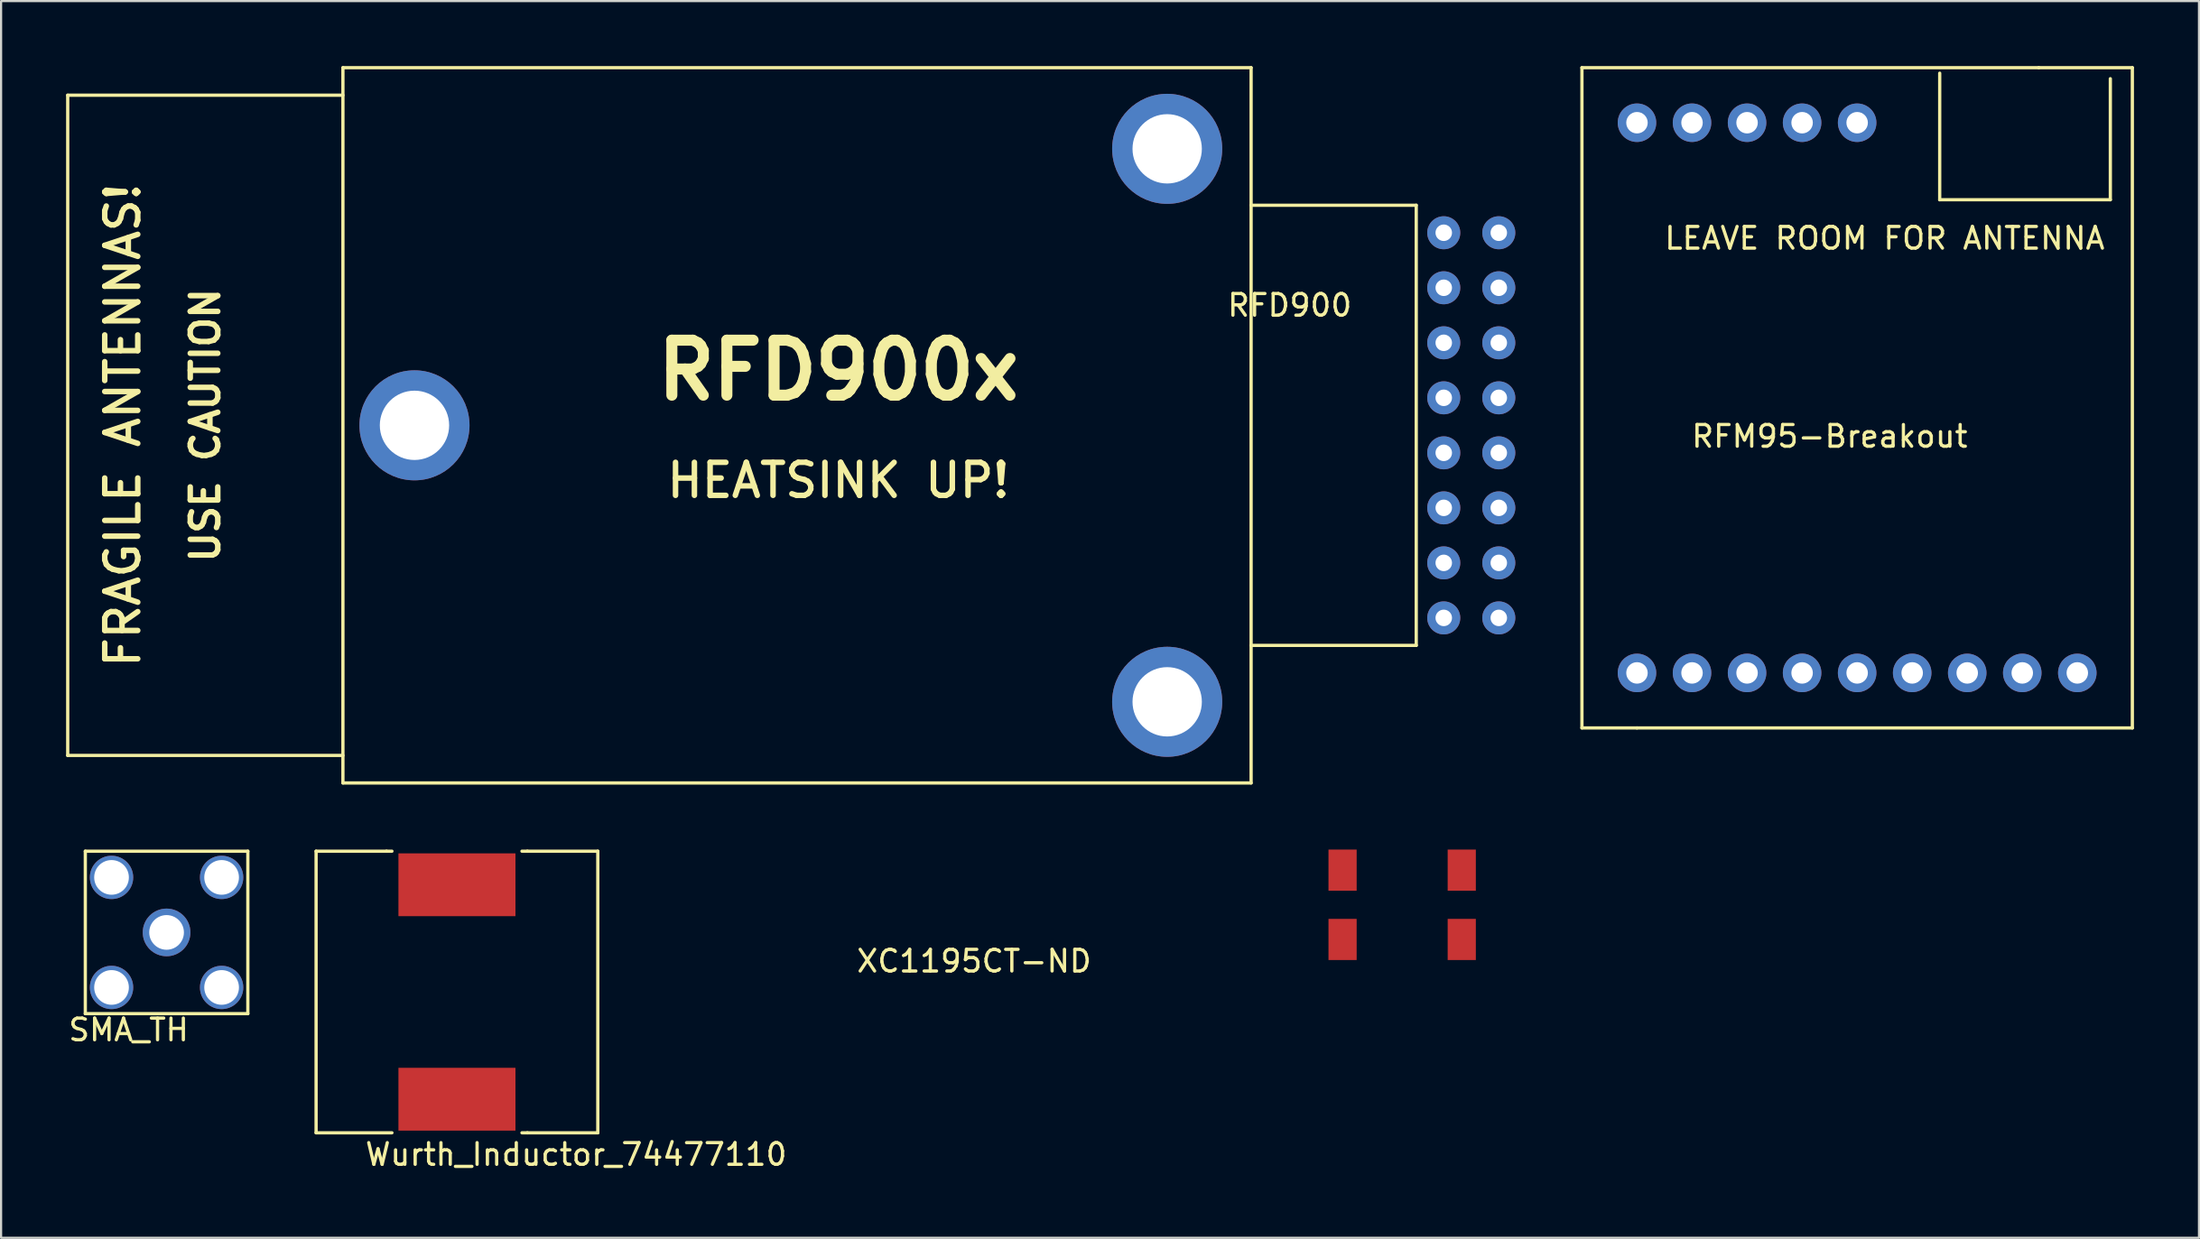
<source format=kicad_pcb>
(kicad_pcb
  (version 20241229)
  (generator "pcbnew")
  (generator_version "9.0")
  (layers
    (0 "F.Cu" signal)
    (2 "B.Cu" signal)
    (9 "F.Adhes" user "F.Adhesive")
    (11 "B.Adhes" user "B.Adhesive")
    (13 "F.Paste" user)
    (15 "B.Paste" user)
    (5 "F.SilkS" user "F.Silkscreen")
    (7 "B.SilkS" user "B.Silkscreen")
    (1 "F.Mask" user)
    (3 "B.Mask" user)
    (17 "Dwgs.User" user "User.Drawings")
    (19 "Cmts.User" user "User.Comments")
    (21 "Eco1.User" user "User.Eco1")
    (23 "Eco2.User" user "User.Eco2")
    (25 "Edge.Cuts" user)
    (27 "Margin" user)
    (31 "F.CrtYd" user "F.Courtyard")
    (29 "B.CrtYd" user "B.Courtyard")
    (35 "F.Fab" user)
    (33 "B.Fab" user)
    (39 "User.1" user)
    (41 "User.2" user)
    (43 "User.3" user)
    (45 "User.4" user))
  (footprint "RFM95-Breakout"
    (layer "F.Cu")
    (at 72.492 28.015)
    (property "Reference" "RFM95-Breakout" (at 8.89 -10.922 0) (layer "F.SilkS") (effects (font (size 1 1) (thickness 0.15))))
    (attr through_hole)
    (fp_line (start -2.54 -27.94) (end 18.542 -27.94) (stroke (width 0.15) (type solid)) (layer "F.SilkS"))
    (fp_line (start -2.54 2.54) (end -2.54 -27.94) (stroke (width 0.15) (type solid)) (layer "F.SilkS"))
    (fp_line (start 0 2.54) (end -2.54 2.54) (stroke (width 0.15) (type solid)) (layer "F.SilkS"))
    (fp_line (start 0 2.54) (end 22.86 2.54) (stroke (width 0.15) (type solid)) (layer "F.SilkS"))
    (fp_line (start 13.97 -27.686) (end 13.97 -21.844) (stroke (width 0.15) (type solid)) (layer "F.SilkS"))
    (fp_line (start 13.97 -21.844) (end 21.844 -21.844) (stroke (width 0.15) (type solid)) (layer "F.SilkS"))
    (fp_line (start 21.844 -21.844) (end 21.844 -27.432) (stroke (width 0.15) (type solid)) (layer "F.SilkS"))
    (fp_line (start 22.86 -27.94) (end 18.542 -27.94) (stroke (width 0.15) (type solid)) (layer "F.SilkS"))
    (fp_line (start 22.86 2.54) (end 22.86 -27.94) (stroke (width 0.15) (type solid)) (layer "F.SilkS"))
    (fp_text user "LEAVE ROOM FOR ANTENNA" (at 11.43 -20.066 0) (layer "F.SilkS") (effects (font (size 1 1) (thickness 0.15))))
    (pad "1" thru_hole circle (at 0 0) (size 1.778 1.778) (drill 0.991) (layers "*.Cu" "*.Mask"))
    (pad "2" thru_hole circle (at 2.54 0) (size 1.778 1.778) (drill 0.991) (layers "*.Cu" "*.Mask"))
    (pad "3" thru_hole circle (at 5.08 0) (size 1.778 1.778) (drill 0.991) (layers "*.Cu" "*.Mask"))
    (pad "4" thru_hole circle (at 7.62 0) (size 1.778 1.778) (drill 0.991) (layers "*.Cu" "*.Mask"))
    (pad "5" thru_hole circle (at 10.16 0) (size 1.778 1.778) (drill 0.991) (layers "*.Cu" "*.Mask"))
    (pad "6" thru_hole circle (at 12.7 0) (size 1.778 1.778) (drill 0.991) (layers "*.Cu" "*.Mask"))
    (pad "7" thru_hole circle (at 15.24 0) (size 1.778 1.778) (drill 0.991) (layers "*.Cu" "*.Mask"))
    (pad "8" thru_hole circle (at 17.78 0) (size 1.778 1.778) (drill 0.991) (layers "*.Cu" "*.Mask"))
    (pad "9" thru_hole circle (at 20.32 0) (size 1.778 1.778) (drill 0.991) (layers "*.Cu" "*.Mask"))
    (pad "10" thru_hole circle (at 0 -25.4) (size 1.778 1.778) (drill 0.991) (layers "*.Cu" "*.Mask"))
    (pad "11" thru_hole circle (at 2.54 -25.4) (size 1.778 1.778) (drill 0.991) (layers "*.Cu" "*.Mask"))
    (pad "12" thru_hole circle (at 5.08 -25.4) (size 1.778 1.778) (drill 0.991) (layers "*.Cu" "*.Mask"))
    (pad "13" thru_hole circle (at 7.62 -25.4) (size 1.778 1.778) (drill 0.991) (layers "*.Cu" "*.Mask"))
    (pad "14" thru_hole circle (at 10.16 -25.4) (size 1.778 1.778) (drill 0.991) (layers "*.Cu" "*.Mask")))
  (footprint "Wurth_Inductor_74477110"
    (layer "F.Cu")
    (at 18.037 42.745)
    (property "Reference" "Wurth_Inductor_74477110" (at 5.5 7.5 0) (layer "F.SilkS") (effects (font (size 1 1) (thickness 0.15))))
    (attr through_hole)
    (fp_line (start -6.5 -6.5) (end -3.25 -6.5) (stroke (width 0.15) (type solid)) (layer "F.SilkS"))
    (fp_line (start -6.5 6.5) (end -6.5 -6.5) (stroke (width 0.15) (type solid)) (layer "F.SilkS"))
    (fp_line (start -3.25 -6.5) (end -3 -6.5) (stroke (width 0.15) (type solid)) (layer "F.SilkS"))
    (fp_line (start -3 6.5) (end -6.5 6.5) (stroke (width 0.15) (type solid)) (layer "F.SilkS"))
    (fp_line (start 3 6.5) (end 3.25 6.5) (stroke (width 0.15) (type solid)) (layer "F.SilkS"))
    (fp_line (start 3.25 -6.5) (end 3 -6.5) (stroke (width 0.15) (type solid)) (layer "F.SilkS"))
    (fp_line (start 6.5 -6.5) (end 3.25 -6.5) (stroke (width 0.15) (type solid)) (layer "F.SilkS"))
    (fp_line (start 6.5 -6.5) (end 6.5 6.5) (stroke (width 0.15) (type solid)) (layer "F.SilkS"))
    (fp_line (start 6.5 6.5) (end 3.25 6.5) (stroke (width 0.15) (type solid)) (layer "F.SilkS"))
    (pad "1" smd rect (at 0 4.95) (size 5.4 2.9) (layers "F.Cu" "F.Mask" "F.Paste"))
    (pad "2" smd rect (at 0 -4.95) (size 5.4 2.9) (layers "F.Cu" "F.Mask" "F.Paste")))
  (footprint "SMA_TH"
    (layer "F.Cu")
    (at 4.637 39.995)
    (property "Reference" "SMA_TH" (at -1.75 4.5 0) (layer "F.SilkS") (effects (font (size 1 1) (thickness 0.15))))
    (attr through_hole)
    (fp_line (start -3.75 -3.75) (end -3.75 3.75) (stroke (width 0.15) (type solid)) (layer "F.SilkS"))
    (fp_line (start -3.75 3.75) (end 3.75 3.75) (stroke (width 0.15) (type solid)) (layer "F.SilkS"))
    (fp_line (start 3.75 -3.75) (end -3.75 -3.75) (stroke (width 0.15) (type solid)) (layer "F.SilkS"))
    (fp_line (start 3.75 3.75) (end 3.75 -3.75) (stroke (width 0.15) (type solid)) (layer "F.SilkS"))
    (pad "1" thru_hole circle (at 0 0) (size 2.2 2.2) (drill 1.6) (layers "*.Cu" "*.Mask"))
    (pad "2" thru_hole circle (at -2.54 -2.54) (size 2 2) (drill 1.6) (layers "*.Cu" "*.Mask"))
    (pad "2" thru_hole circle (at -2.54 2.54) (size 2 2) (drill 1.6) (layers "*.Cu" "*.Mask"))
    (pad "2" thru_hole circle (at 2.54 -2.54) (size 2 2) (drill 1.6) (layers "*.Cu" "*.Mask"))
    (pad "2" thru_hole circle (at 2.54 2.54) (size 2 2) (drill 1.6) (layers "*.Cu" "*.Mask")))
  (footprint "XC1195CT-ND"
    (layer "F.Cu")
    (at 58.906 40.32)
    (property "Reference" "XC1195CT-ND" (at -17 1 0) (layer "F.SilkS") (effects (font (size 1 1) (thickness 0.15))))
    (attr through_hole)
    (pad "1" smd rect (at 0 0) (size 1.3 1.9) (layers "F.Cu" "F.Mask" "F.Paste"))
    (pad "2" smd rect (at 5.5 0) (size 1.3 1.9) (layers "F.Cu" "F.Mask" "F.Paste"))
    (pad "3" smd rect (at 5.5 -3.2) (size 1.3 1.9) (layers "F.Cu" "F.Mask" "F.Paste"))
    (pad "4" smd rect (at 0 -3.2) (size 1.3 1.9) (layers "F.Cu" "F.Mask" "F.Paste")))
  (footprint "RFD900"
    (layer "F.Cu")
    (at 66.115 16.585)
    (property "Reference" "RFD900" (at -9.65 -5.54 0) (layer "F.SilkS") (effects (font (size 1 1) (thickness 0.15))))
    (attr through_hole)
    (fp_line (start -66.04 -15.24) (end -66.04 15.24) (stroke (width 0.15) (type solid)) (layer "F.SilkS"))
    (fp_line (start -66.04 15.24) (end -53.34 15.24) (stroke (width 0.15) (type solid)) (layer "F.SilkS"))
    (fp_line (start -53.34 -16.51) (end -11.43 -16.51) (stroke (width 0.15) (type solid)) (layer "F.SilkS"))
    (fp_line (start -53.34 -15.24) (end -66.04 -15.24) (stroke (width 0.15) (type solid)) (layer "F.SilkS"))
    (fp_line (start -53.34 16.51) (end -53.34 -16.51) (stroke (width 0.15) (type solid)) (layer "F.SilkS"))
    (fp_line (start -11.43 -16.51) (end -11.43 16.51) (stroke (width 0.15) (type solid)) (layer "F.SilkS"))
    (fp_line (start -11.43 10.16) (end -3.81 10.16) (stroke (width 0.15) (type solid)) (layer "F.SilkS"))
    (fp_line (start -11.43 16.51) (end -53.34 16.51) (stroke (width 0.15) (type solid)) (layer "F.SilkS"))
    (fp_line (start -3.81 -10.16) (end -11.43 -10.16) (stroke (width 0.15) (type solid)) (layer "F.SilkS"))
    (fp_line (start -3.81 10.16) (end -3.81 -10.16) (stroke (width 0.15) (type solid)) (layer "F.SilkS"))
    (fp_text user "HEATSINK UP!" (at -30.48 2.54 0) (layer "F.SilkS") (effects (font (size 1.524 1.524) (thickness 0.254))))
    (fp_text user "FRAGILE ANTENNAS!" (at -63.5 0 90) (layer "F.SilkS") (effects (font (size 1.524 1.524) (thickness 0.254))))
    (fp_text user "USE CAUTION" (at -59.69 0 90) (layer "F.SilkS") (effects (font (size 1.27 1.27) (thickness 0.254))))
    (fp_text user "RFD900x" (at -30.48 -2.54 0) (layer "F.SilkS") (effects (font (size 2.54 2.54) (thickness 0.508))))
    (pad "" thru_hole circle (at -50.038 0) (size 5.08 5.08) (drill 3.2) (layers "*.Cu" "*.Mask"))
    (pad "" thru_hole circle (at -15.303 -12.764) (size 5.08 5.08) (drill 3.2) (layers "*.Cu" "*.Mask"))
    (pad "" thru_hole circle (at -15.303 12.764) (size 5.08 5.08) (drill 3.2) (layers "*.Cu" "*.Mask"))
    (pad "1" thru_hole circle (at 0 -8.89) (size 1.524 1.524) (drill 0.762) (layers "*.Cu" "*.Mask"))
    (pad "2" thru_hole circle (at -2.54 -8.89) (size 1.524 1.524) (drill 0.762) (layers "*.Cu" "*.Mask"))
    (pad "3" thru_hole circle (at 0 -6.35) (size 1.524 1.524) (drill 0.762) (layers "*.Cu" "*.Mask"))
    (pad "4" thru_hole circle (at -2.54 -6.35) (size 1.524 1.524) (drill 0.762) (layers "*.Cu" "*.Mask"))
    (pad "5" thru_hole circle (at 0 -3.81) (size 1.524 1.524) (drill 0.762) (layers "*.Cu" "*.Mask"))
    (pad "6" thru_hole circle (at -2.54 -3.81) (size 1.524 1.524) (drill 0.762) (layers "*.Cu" "*.Mask"))
    (pad "7" thru_hole circle (at 0 -1.27) (size 1.524 1.524) (drill 0.762) (layers "*.Cu" "*.Mask"))
    (pad "8" thru_hole circle (at -2.54 -1.27) (size 1.524 1.524) (drill 0.762) (layers "*.Cu" "*.Mask"))
    (pad "9" thru_hole circle (at 0 1.27) (size 1.524 1.524) (drill 0.762) (layers "*.Cu" "*.Mask"))
    (pad "10" thru_hole circle (at -2.54 1.27) (size 1.524 1.524) (drill 0.762) (layers "*.Cu" "*.Mask"))
    (pad "11" thru_hole circle (at 0 3.81) (size 1.524 1.524) (drill 0.762) (layers "*.Cu" "*.Mask"))
    (pad "12" thru_hole circle (at -2.54 3.81) (size 1.524 1.524) (drill 0.762) (layers "*.Cu" "*.Mask"))
    (pad "13" thru_hole circle (at 0 6.35) (size 1.524 1.524) (drill 0.762) (layers "*.Cu" "*.Mask"))
    (pad "14" thru_hole circle (at -2.54 6.35) (size 1.524 1.524) (drill 0.762) (layers "*.Cu" "*.Mask"))
    (pad "15" thru_hole circle (at 0 8.89) (size 1.524 1.524) (drill 0.762) (layers "*.Cu" "*.Mask"))
    (pad "16" thru_hole circle (at -2.54 8.89) (size 1.524 1.524) (drill 0.762) (layers "*.Cu" "*.Mask")))
  (gr_rect
    (start -3 -3)
    (end 98.427 54.093)
    (stroke (width 0.1) (type default))
    (fill no)
    (layer "Edge.Cuts")))
</source>
